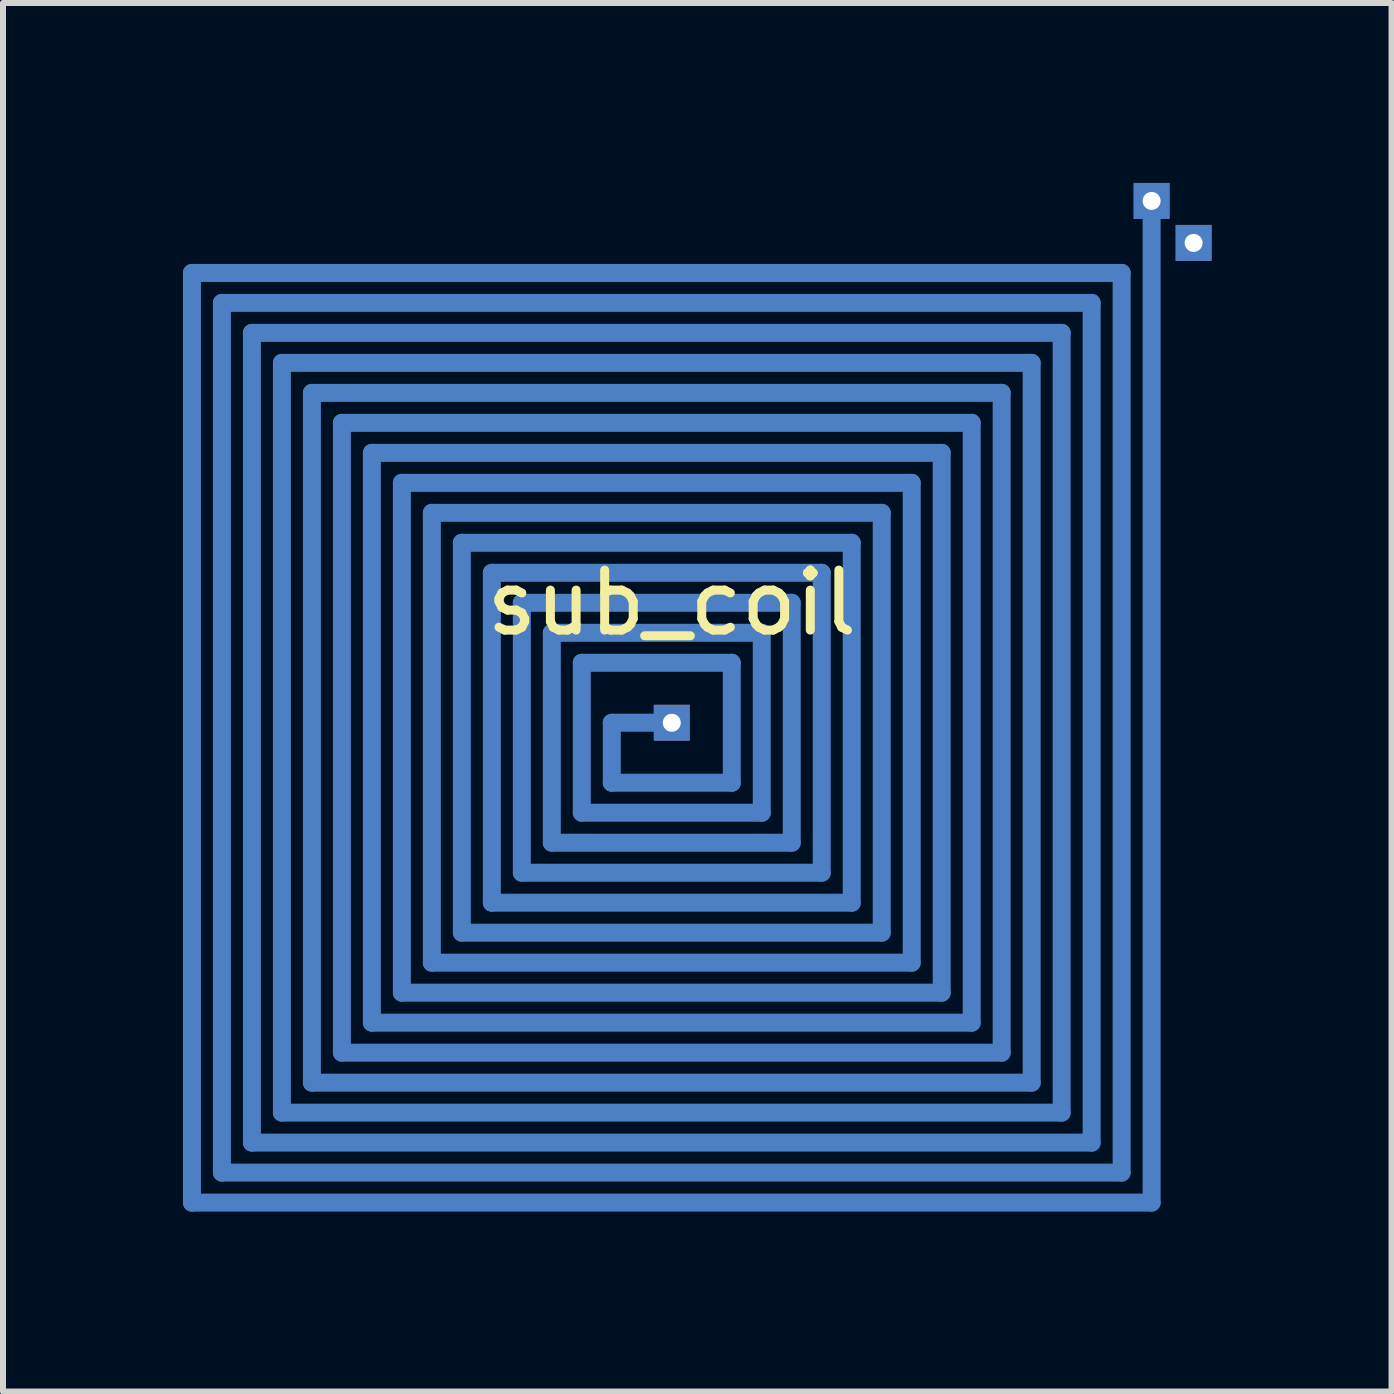
<source format=kicad_pcb>
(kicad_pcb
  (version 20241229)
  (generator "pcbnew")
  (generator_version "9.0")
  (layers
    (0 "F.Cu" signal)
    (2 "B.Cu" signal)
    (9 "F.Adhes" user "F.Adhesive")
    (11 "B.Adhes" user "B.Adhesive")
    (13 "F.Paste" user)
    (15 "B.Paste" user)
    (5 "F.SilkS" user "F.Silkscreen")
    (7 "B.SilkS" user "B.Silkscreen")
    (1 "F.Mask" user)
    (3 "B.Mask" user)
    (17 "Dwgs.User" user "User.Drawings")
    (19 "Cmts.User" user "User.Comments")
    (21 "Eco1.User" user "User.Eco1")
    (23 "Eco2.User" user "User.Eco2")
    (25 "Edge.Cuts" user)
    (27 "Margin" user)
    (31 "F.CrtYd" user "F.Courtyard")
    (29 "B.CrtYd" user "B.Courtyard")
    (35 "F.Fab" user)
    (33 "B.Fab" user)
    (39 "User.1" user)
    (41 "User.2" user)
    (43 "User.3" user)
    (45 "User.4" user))
  (footprint "sub_coil"
    (layer "F.Cu")
    (at 8.15 9)
    (property "Reference" "sub_coil" (at 0 -2 0) (layer "F.SilkS") (effects (font (size 1 1) (thickness 0.15))))
    (attr through_hole)
    (fp_line (start -8 -7.5) (end 7.5 -7.5) (stroke (width 0.3) (type solid)) (layer "B.Cu"))
    (fp_line (start -8 8) (end -8 -7.5) (stroke (width 0.3) (type solid)) (layer "B.Cu"))
    (fp_line (start -7.5 -7) (end 7 -7) (stroke (width 0.3) (type solid)) (layer "B.Cu"))
    (fp_line (start -7.5 7.5) (end -7.5 -7) (stroke (width 0.3) (type solid)) (layer "B.Cu"))
    (fp_line (start -7 -6.5) (end 6.5 -6.5) (stroke (width 0.3) (type solid)) (layer "B.Cu"))
    (fp_line (start -7 7) (end -7 -6.5) (stroke (width 0.3) (type solid)) (layer "B.Cu"))
    (fp_line (start -6.5 -6) (end 6 -6) (stroke (width 0.3) (type solid)) (layer "B.Cu"))
    (fp_line (start -6.5 6.5) (end -6.5 -6) (stroke (width 0.3) (type solid)) (layer "B.Cu"))
    (fp_line (start -6 -5.5) (end 5.5 -5.5) (stroke (width 0.3) (type solid)) (layer "B.Cu"))
    (fp_line (start -6 6) (end -6 -5.5) (stroke (width 0.3) (type solid)) (layer "B.Cu"))
    (fp_line (start -5.5 -5) (end 5 -5) (stroke (width 0.3) (type solid)) (layer "B.Cu"))
    (fp_line (start -5.5 5.5) (end -5.5 -5) (stroke (width 0.3) (type solid)) (layer "B.Cu"))
    (fp_line (start -5 -4.5) (end 4.5 -4.5) (stroke (width 0.3) (type solid)) (layer "B.Cu"))
    (fp_line (start -5 5) (end -5 -4.5) (stroke (width 0.3) (type solid)) (layer "B.Cu"))
    (fp_line (start -4.5 -4) (end 4 -4) (stroke (width 0.3) (type solid)) (layer "B.Cu"))
    (fp_line (start -4.5 4.5) (end -4.5 -4) (stroke (width 0.3) (type solid)) (layer "B.Cu"))
    (fp_line (start -4 -3.5) (end 3.5 -3.5) (stroke (width 0.3) (type solid)) (layer "B.Cu"))
    (fp_line (start -4 4) (end -4 -3.5) (stroke (width 0.3) (type solid)) (layer "B.Cu"))
    (fp_line (start -3.5 -3) (end 3 -3) (stroke (width 0.3) (type solid)) (layer "B.Cu"))
    (fp_line (start -3.5 3.5) (end -3.5 -3) (stroke (width 0.3) (type solid)) (layer "B.Cu"))
    (fp_line (start -3 -2.5) (end 2.5 -2.5) (stroke (width 0.3) (type solid)) (layer "B.Cu"))
    (fp_line (start -3 3) (end -3 -2.5) (stroke (width 0.3) (type solid)) (layer "B.Cu"))
    (fp_line (start -2.5 -2) (end 2 -2) (stroke (width 0.3) (type solid)) (layer "B.Cu"))
    (fp_line (start -2.5 2.5) (end -2.5 -2) (stroke (width 0.3) (type solid)) (layer "B.Cu"))
    (fp_line (start -2 -1.5) (end 1.5 -1.5) (stroke (width 0.3) (type solid)) (layer "B.Cu"))
    (fp_line (start -2 2) (end -2 -1.5) (stroke (width 0.3) (type solid)) (layer "B.Cu"))
    (fp_line (start -1.5 -1) (end 1 -1) (stroke (width 0.3) (type solid)) (layer "B.Cu"))
    (fp_line (start -1.5 1.5) (end -1.5 -1) (stroke (width 0.3) (type solid)) (layer "B.Cu"))
    (fp_line (start -1 0) (end 0 0) (stroke (width 0.3) (type solid)) (layer "B.Cu"))
    (fp_line (start -1 1) (end -1 0) (stroke (width 0.3) (type solid)) (layer "B.Cu"))
    (fp_line (start 1 -1) (end 1 1) (stroke (width 0.3) (type solid)) (layer "B.Cu"))
    (fp_line (start 1 1) (end -1 1) (stroke (width 0.3) (type solid)) (layer "B.Cu"))
    (fp_line (start 1.5 -1.5) (end 1.5 1.5) (stroke (width 0.3) (type solid)) (layer "B.Cu"))
    (fp_line (start 1.5 1.5) (end -1.5 1.5) (stroke (width 0.3) (type solid)) (layer "B.Cu"))
    (fp_line (start 2 -2) (end 2 2) (stroke (width 0.3) (type solid)) (layer "B.Cu"))
    (fp_line (start 2 2) (end -2 2) (stroke (width 0.3) (type solid)) (layer "B.Cu"))
    (fp_line (start 2.5 -2.5) (end 2.5 2.5) (stroke (width 0.3) (type solid)) (layer "B.Cu"))
    (fp_line (start 2.5 2.5) (end -2.5 2.5) (stroke (width 0.3) (type solid)) (layer "B.Cu"))
    (fp_line (start 3 -3) (end 3 3) (stroke (width 0.3) (type solid)) (layer "B.Cu"))
    (fp_line (start 3 3) (end -3 3) (stroke (width 0.3) (type solid)) (layer "B.Cu"))
    (fp_line (start 3.5 -3.5) (end 3.5 3.5) (stroke (width 0.3) (type solid)) (layer "B.Cu"))
    (fp_line (start 3.5 3.5) (end -3.5 3.5) (stroke (width 0.3) (type solid)) (layer "B.Cu"))
    (fp_line (start 4 -4) (end 4 4) (stroke (width 0.3) (type solid)) (layer "B.Cu"))
    (fp_line (start 4 4) (end -4 4) (stroke (width 0.3) (type solid)) (layer "B.Cu"))
    (fp_line (start 4.5 -4.5) (end 4.5 4.5) (stroke (width 0.3) (type solid)) (layer "B.Cu"))
    (fp_line (start 4.5 4.5) (end -4.5 4.5) (stroke (width 0.3) (type solid)) (layer "B.Cu"))
    (fp_line (start 5 -5) (end 5 5) (stroke (width 0.3) (type solid)) (layer "B.Cu"))
    (fp_line (start 5 5) (end -5 5) (stroke (width 0.3) (type solid)) (layer "B.Cu"))
    (fp_line (start 5.5 -5.5) (end 5.5 5.5) (stroke (width 0.3) (type solid)) (layer "B.Cu"))
    (fp_line (start 5.5 5.5) (end -5.5 5.5) (stroke (width 0.3) (type solid)) (layer "B.Cu"))
    (fp_line (start 6 -6) (end 6 6) (stroke (width 0.3) (type solid)) (layer "B.Cu"))
    (fp_line (start 6 6) (end -6 6) (stroke (width 0.3) (type solid)) (layer "B.Cu"))
    (fp_line (start 6.5 -6.5) (end 6.5 6.5) (stroke (width 0.3) (type solid)) (layer "B.Cu"))
    (fp_line (start 6.5 6.5) (end -6.5 6.5) (stroke (width 0.3) (type solid)) (layer "B.Cu"))
    (fp_line (start 7 -7) (end 7 7) (stroke (width 0.3) (type solid)) (layer "B.Cu"))
    (fp_line (start 7 7) (end -7 7) (stroke (width 0.3) (type solid)) (layer "B.Cu"))
    (fp_line (start 7.5 -7.5) (end 7.5 7.5) (stroke (width 0.3) (type solid)) (layer "B.Cu"))
    (fp_line (start 7.5 7.5) (end -7.5 7.5) (stroke (width 0.3) (type solid)) (layer "B.Cu"))
    (fp_line (start 8 -8.7) (end 8 8) (stroke (width 0.3) (type solid)) (layer "B.Cu"))
    (fp_line (start 8 8) (end -8 8) (stroke (width 0.3) (type solid)) (layer "B.Cu"))
    (fp_line (start -8 -8) (end -8 8) (stroke (width 0.3) (type solid)) (layer "In1.Cu"))
    (fp_line (start -8 8) (end 8 8) (stroke (width 0.3) (type solid)) (layer "In1.Cu"))
    (fp_line (start -7.5 -7.5) (end -7.5 7.5) (stroke (width 0.3) (type solid)) (layer "In1.Cu"))
    (fp_line (start -7.5 7.5) (end 7.5 7.5) (stroke (width 0.3) (type solid)) (layer "In1.Cu"))
    (fp_line (start -7 -7) (end -7 7) (stroke (width 0.3) (type solid)) (layer "In1.Cu"))
    (fp_line (start -7 7) (end 7 7) (stroke (width 0.3) (type solid)) (layer "In1.Cu"))
    (fp_line (start -6.5 -6.5) (end -6.5 6.5) (stroke (width 0.3) (type solid)) (layer "In1.Cu"))
    (fp_line (start -6.5 6.5) (end 6.5 6.5) (stroke (width 0.3) (type solid)) (layer "In1.Cu"))
    (fp_line (start -6 -6) (end -6 6) (stroke (width 0.3) (type solid)) (layer "In1.Cu"))
    (fp_line (start -6 6) (end 6 6) (stroke (width 0.3) (type solid)) (layer "In1.Cu"))
    (fp_line (start -5.5 -5.5) (end -5.5 5.5) (stroke (width 0.3) (type solid)) (layer "In1.Cu"))
    (fp_line (start -5.5 5.5) (end 5.5 5.5) (stroke (width 0.3) (type solid)) (layer "In1.Cu"))
    (fp_line (start -5 -5) (end -5 5) (stroke (width 0.3) (type solid)) (layer "In1.Cu"))
    (fp_line (start -5 5) (end 5 5) (stroke (width 0.3) (type solid)) (layer "In1.Cu"))
    (fp_line (start -4.5 -4.5) (end -4.5 4.5) (stroke (width 0.3) (type solid)) (layer "In1.Cu"))
    (fp_line (start -4.5 4.5) (end 4.5 4.5) (stroke (width 0.3) (type solid)) (layer "In1.Cu"))
    (fp_line (start -4 -4) (end -4 4) (stroke (width 0.3) (type solid)) (layer "In1.Cu"))
    (fp_line (start -4 4) (end 4 4) (stroke (width 0.3) (type solid)) (layer "In1.Cu"))
    (fp_line (start -3.5 -3.5) (end -3.5 3.5) (stroke (width 0.3) (type solid)) (layer "In1.Cu"))
    (fp_line (start -3.5 3.5) (end 3.5 3.5) (stroke (width 0.3) (type solid)) (layer "In1.Cu"))
    (fp_line (start -3 -3) (end -3 3) (stroke (width 0.3) (type solid)) (layer "In1.Cu"))
    (fp_line (start -3 3) (end 3 3) (stroke (width 0.3) (type solid)) (layer "In1.Cu"))
    (fp_line (start -2.5 -2.5) (end -2.5 2.5) (stroke (width 0.3) (type solid)) (layer "In1.Cu"))
    (fp_line (start -2.5 2.5) (end 2.5 2.5) (stroke (width 0.3) (type solid)) (layer "In1.Cu"))
    (fp_line (start -2 -2) (end -2 2) (stroke (width 0.3) (type solid)) (layer "In1.Cu"))
    (fp_line (start -2 2) (end 2 2) (stroke (width 0.3) (type solid)) (layer "In1.Cu"))
    (fp_line (start -1.5 -1.5) (end -1.5 1.5) (stroke (width 0.3) (type solid)) (layer "In1.Cu"))
    (fp_line (start -1.5 1.5) (end 1.5 1.5) (stroke (width 0.3) (type solid)) (layer "In1.Cu"))
    (fp_line (start -1 -1) (end -1 1) (stroke (width 0.3) (type solid)) (layer "In1.Cu"))
    (fp_line (start -1 1) (end 1 1) (stroke (width 0.3) (type solid)) (layer "In1.Cu"))
    (fp_line (start 1 0) (end 0 0) (stroke (width 0.3) (type solid)) (layer "In1.Cu"))
    (fp_line (start 1 1) (end 1 0) (stroke (width 0.3) (type solid)) (layer "In1.Cu"))
    (fp_line (start 1.5 -1) (end -1 -1) (stroke (width 0.3) (type solid)) (layer "In1.Cu"))
    (fp_line (start 1.5 1.5) (end 1.5 -1) (stroke (width 0.3) (type solid)) (layer "In1.Cu"))
    (fp_line (start 2 -1.5) (end -1.5 -1.5) (stroke (width 0.3) (type solid)) (layer "In1.Cu"))
    (fp_line (start 2 2) (end 2 -1.5) (stroke (width 0.3) (type solid)) (layer "In1.Cu"))
    (fp_line (start 2.5 -2) (end -2 -2) (stroke (width 0.3) (type solid)) (layer "In1.Cu"))
    (fp_line (start 2.5 2.5) (end 2.5 -2) (stroke (width 0.3) (type solid)) (layer "In1.Cu"))
    (fp_line (start 3 -2.5) (end -2.5 -2.5) (stroke (width 0.3) (type solid)) (layer "In1.Cu"))
    (fp_line (start 3 3) (end 3 -2.5) (stroke (width 0.3) (type solid)) (layer "In1.Cu"))
    (fp_line (start 3.5 -3) (end -3 -3) (stroke (width 0.3) (type solid)) (layer "In1.Cu"))
    (fp_line (start 3.5 3.5) (end 3.5 -3) (stroke (width 0.3) (type solid)) (layer "In1.Cu"))
    (fp_line (start 4 -3.5) (end -3.5 -3.5) (stroke (width 0.3) (type solid)) (layer "In1.Cu"))
    (fp_line (start 4 4) (end 4 -3.5) (stroke (width 0.3) (type solid)) (layer "In1.Cu"))
    (fp_line (start 4.5 -4) (end -4 -4) (stroke (width 0.3) (type solid)) (layer "In1.Cu"))
    (fp_line (start 4.5 4.5) (end 4.5 -4) (stroke (width 0.3) (type solid)) (layer "In1.Cu"))
    (fp_line (start 5 -4.5) (end -4.5 -4.5) (stroke (width 0.3) (type solid)) (layer "In1.Cu"))
    (fp_line (start 5 5) (end 5 -4.5) (stroke (width 0.3) (type solid)) (layer "In1.Cu"))
    (fp_line (start 5.5 -5) (end -5 -5) (stroke (width 0.3) (type solid)) (layer "In1.Cu"))
    (fp_line (start 5.5 5.5) (end 5.5 -5) (stroke (width 0.3) (type solid)) (layer "In1.Cu"))
    (fp_line (start 6 -5.5) (end -5.5 -5.5) (stroke (width 0.3) (type solid)) (layer "In1.Cu"))
    (fp_line (start 6 6) (end 6 -5.5) (stroke (width 0.3) (type solid)) (layer "In1.Cu"))
    (fp_line (start 6.5 -6) (end -6 -6) (stroke (width 0.3) (type solid)) (layer "In1.Cu"))
    (fp_line (start 6.5 6.5) (end 6.5 -6) (stroke (width 0.3) (type solid)) (layer "In1.Cu"))
    (fp_line (start 7 -6.5) (end -6.5 -6.5) (stroke (width 0.3) (type solid)) (layer "In1.Cu"))
    (fp_line (start 7 7) (end 7 -6.5) (stroke (width 0.3) (type solid)) (layer "In1.Cu"))
    (fp_line (start 7.5 -7) (end -7 -7) (stroke (width 0.3) (type solid)) (layer "In1.Cu"))
    (fp_line (start 7.5 7.5) (end 7.5 -7) (stroke (width 0.3) (type solid)) (layer "In1.Cu"))
    (fp_line (start 8 -7.5) (end -7.5 -7.5) (stroke (width 0.3) (type solid)) (layer "In1.Cu"))
    (fp_line (start 8 8) (end 8 -7.5) (stroke (width 0.3) (type solid)) (layer "In1.Cu"))
    (fp_line (start 8.7 -8) (end -8 -8) (stroke (width 0.3) (type solid)) (layer "In1.Cu"))
    (pad "1" thru_hole rect (at 8.7 -8) (size 0.6 0.6) (drill 0.3) (layers "*.Cu" "*.Mask"))
    (pad "2" thru_hole rect (at 8 -8.7) (size 0.6 0.6) (drill 0.3) (layers "*.Cu" "*.Mask"))
    (pad "3" thru_hole rect (at 0 0) (size 0.6 0.6) (drill 0.3) (layers "*.Cu" "*.Mask")))
  (gr_rect
    (start -3 -3)
    (end 20.15 20.15)
    (stroke (width 0.1) (type default))
    (fill no)
    (layer "Edge.Cuts")))
</source>
